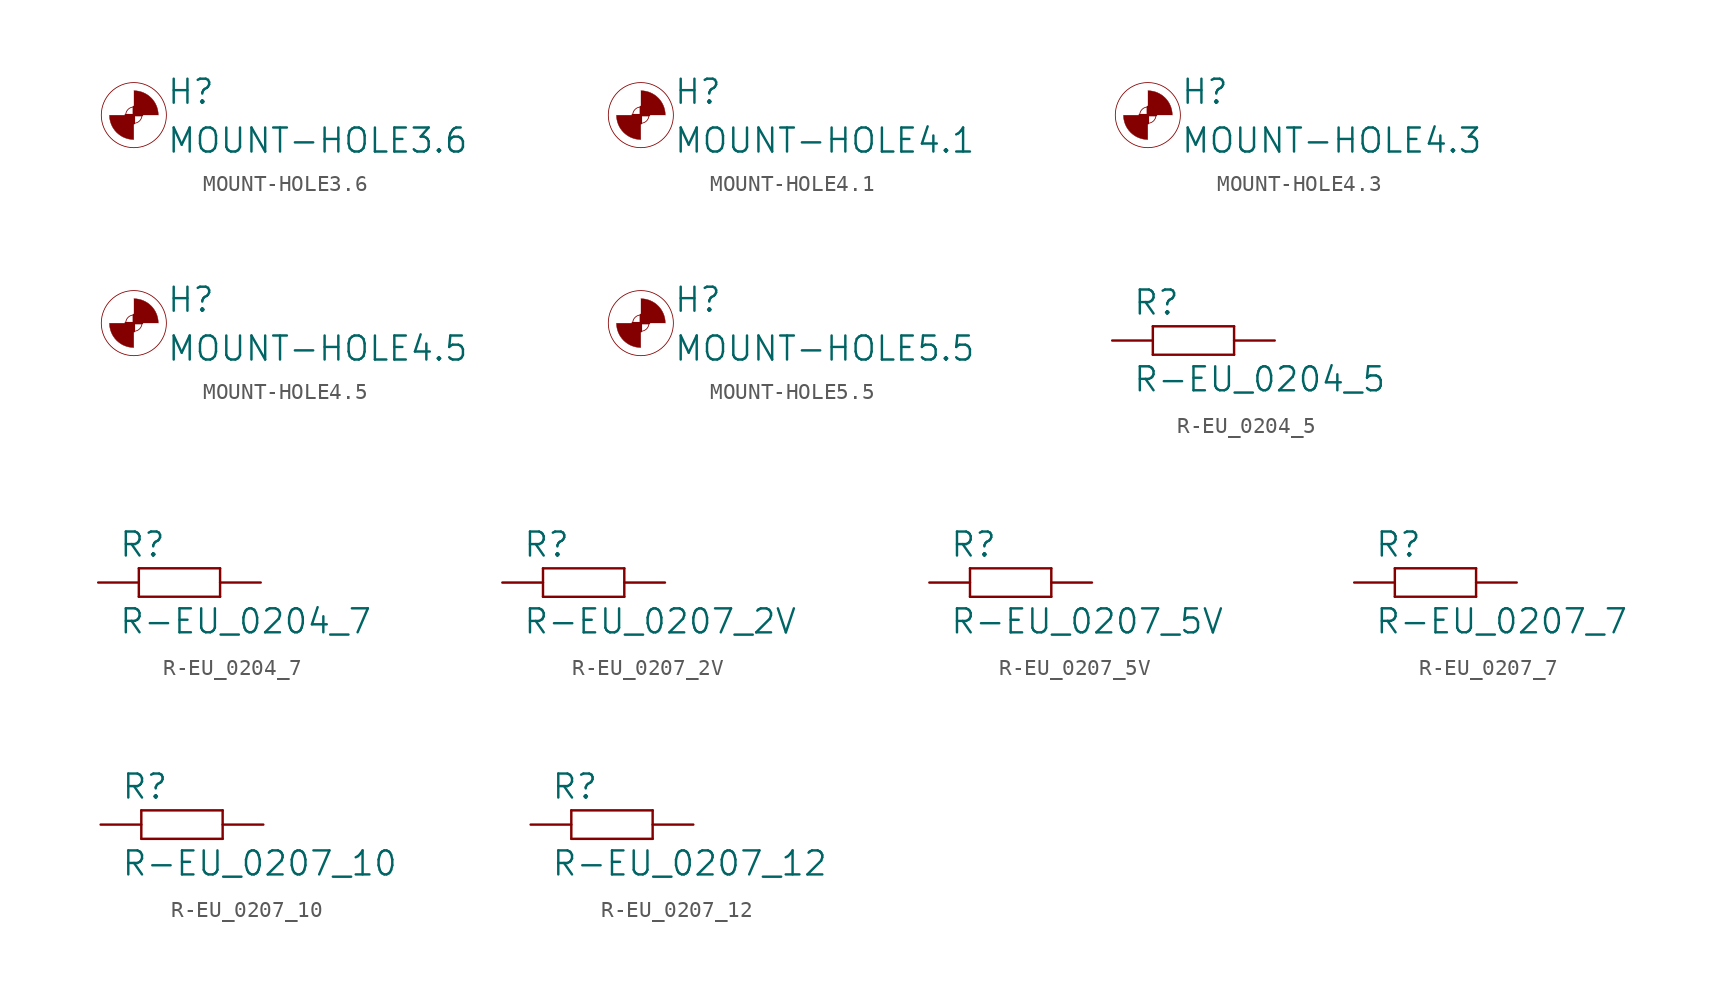
<source format=kicad_sym>
(kicad_symbol_lib
  (version 20211014)
  (generator kicad_symbol_editor)
  (symbol "MOUNT-HOLE3.6"
    (pin_names
      (offset 1.016))
    (property "Reference" "H"
      (at 2.032 0.584 0)
      (effects (font (size 1.499 1.499)) (justify left bottom)))
    (property "Value" "MOUNT-HOLE3.6"
      (at 2.032 -2.464 0)
      (effects (font (size 1.499 1.499)) (justify left bottom)))
    (property "ki_locked" ""
      (at 0 0 0)
      (effects (font (size 1.27 1.27))))
    (symbol "MOUNT-HOLE3.6_1_0"
      (arc (start -1.524 0) (mid -1.0776 -1.0776) (end 0 -1.524) (stroke (width 0.0254) (type default) (color 0 0 0 0)) (fill (type outline)))
      (polyline (pts (xy -0.508 0) (xy 0.508 0)) (stroke (width 0) (type default) (color 0 0 0 0)) (fill (type none)))
      (polyline (pts (xy 0 0.508) (xy 0 -0.508)) (stroke (width 0) (type default) (color 0 0 0 0)) (fill (type none)))
      (circle (center 0 0) (radius 0.508) (stroke (width 0.051) (type default) (color 0 0 0 0)) (fill (type none)))
      (circle (center 0 0) (radius 2.032) (stroke (width 0.051) (type default) (color 0 0 0 0)) (fill (type none)))
      (arc (start 1.524 0) (mid 1.0776 1.0776) (end 0 1.524) (stroke (width 0.0254) (type default) (color 0 0 0 0)) (fill (type outline)))))
  (symbol "MOUNT-HOLE4.1"
    (pin_names
      (offset 1.016))
    (property "Reference" "H"
      (at 2.032 0.584 0)
      (effects (font (size 1.499 1.499)) (justify left bottom)))
    (property "Value" "MOUNT-HOLE4.1"
      (at 2.032 -2.464 0)
      (effects (font (size 1.499 1.499)) (justify left bottom)))
    (property "ki_locked" ""
      (at 0 0 0)
      (effects (font (size 1.27 1.27))))
    (symbol "MOUNT-HOLE4.1_1_0"
      (arc (start -1.524 0) (mid -1.0776 -1.0776) (end 0 -1.524) (stroke (width 0.0254) (type default) (color 0 0 0 0)) (fill (type outline)))
      (polyline (pts (xy -0.508 0) (xy 0.508 0)) (stroke (width 0) (type default) (color 0 0 0 0)) (fill (type none)))
      (polyline (pts (xy 0 0.508) (xy 0 -0.508)) (stroke (width 0) (type default) (color 0 0 0 0)) (fill (type none)))
      (circle (center 0 0) (radius 0.508) (stroke (width 0.051) (type default) (color 0 0 0 0)) (fill (type none)))
      (circle (center 0 0) (radius 2.032) (stroke (width 0.051) (type default) (color 0 0 0 0)) (fill (type none)))
      (arc (start 1.524 0) (mid 1.0776 1.0776) (end 0 1.524) (stroke (width 0.0254) (type default) (color 0 0 0 0)) (fill (type outline)))))
  (symbol "MOUNT-HOLE4.3"
    (pin_names
      (offset 1.016))
    (property "Reference" "H"
      (at 2.032 0.584 0)
      (effects (font (size 1.499 1.499)) (justify left bottom)))
    (property "Value" "MOUNT-HOLE4.3"
      (at 2.032 -2.464 0)
      (effects (font (size 1.499 1.499)) (justify left bottom)))
    (property "ki_locked" ""
      (at 0 0 0)
      (effects (font (size 1.27 1.27))))
    (symbol "MOUNT-HOLE4.3_1_0"
      (arc (start -1.524 0) (mid -1.0776 -1.0776) (end 0 -1.524) (stroke (width 0.0254) (type default) (color 0 0 0 0)) (fill (type outline)))
      (polyline (pts (xy -0.508 0) (xy 0.508 0)) (stroke (width 0) (type default) (color 0 0 0 0)) (fill (type none)))
      (polyline (pts (xy 0 0.508) (xy 0 -0.508)) (stroke (width 0) (type default) (color 0 0 0 0)) (fill (type none)))
      (circle (center 0 0) (radius 0.508) (stroke (width 0.051) (type default) (color 0 0 0 0)) (fill (type none)))
      (circle (center 0 0) (radius 2.032) (stroke (width 0.051) (type default) (color 0 0 0 0)) (fill (type none)))
      (arc (start 1.524 0) (mid 1.0776 1.0776) (end 0 1.524) (stroke (width 0.0254) (type default) (color 0 0 0 0)) (fill (type outline)))))
  (symbol "MOUNT-HOLE4.5"
    (pin_names
      (offset 1.016))
    (property "Reference" "H"
      (at 2.032 0.584 0)
      (effects (font (size 1.499 1.499)) (justify left bottom)))
    (property "Value" "MOUNT-HOLE4.5"
      (at 2.032 -2.464 0)
      (effects (font (size 1.499 1.499)) (justify left bottom)))
    (property "ki_locked" ""
      (at 0 0 0)
      (effects (font (size 1.27 1.27))))
    (symbol "MOUNT-HOLE4.5_1_0"
      (arc (start -1.524 0) (mid -1.0776 -1.0776) (end 0 -1.524) (stroke (width 0.0254) (type default) (color 0 0 0 0)) (fill (type outline)))
      (polyline (pts (xy -0.508 0) (xy 0.508 0)) (stroke (width 0) (type default) (color 0 0 0 0)) (fill (type none)))
      (polyline (pts (xy 0 0.508) (xy 0 -0.508)) (stroke (width 0) (type default) (color 0 0 0 0)) (fill (type none)))
      (circle (center 0 0) (radius 0.508) (stroke (width 0.051) (type default) (color 0 0 0 0)) (fill (type none)))
      (circle (center 0 0) (radius 2.032) (stroke (width 0.051) (type default) (color 0 0 0 0)) (fill (type none)))
      (arc (start 1.524 0) (mid 1.0776 1.0776) (end 0 1.524) (stroke (width 0.0254) (type default) (color 0 0 0 0)) (fill (type outline)))))
  (symbol "MOUNT-HOLE5.5"
    (pin_names
      (offset 1.016))
    (property "Reference" "H"
      (at 2.032 0.584 0)
      (effects (font (size 1.499 1.499)) (justify left bottom)))
    (property "Value" "MOUNT-HOLE5.5"
      (at 2.032 -2.464 0)
      (effects (font (size 1.499 1.499)) (justify left bottom)))
    (property "ki_locked" ""
      (at 0 0 0)
      (effects (font (size 1.27 1.27))))
    (symbol "MOUNT-HOLE5.5_1_0"
      (arc (start -1.524 0) (mid -1.0776 -1.0776) (end 0 -1.524) (stroke (width 0.0254) (type default) (color 0 0 0 0)) (fill (type outline)))
      (polyline (pts (xy -0.508 0) (xy 0.508 0)) (stroke (width 0) (type default) (color 0 0 0 0)) (fill (type none)))
      (polyline (pts (xy 0 0.508) (xy 0 -0.508)) (stroke (width 0) (type default) (color 0 0 0 0)) (fill (type none)))
      (circle (center 0 0) (radius 0.508) (stroke (width 0.051) (type default) (color 0 0 0 0)) (fill (type none)))
      (circle (center 0 0) (radius 2.032) (stroke (width 0.051) (type default) (color 0 0 0 0)) (fill (type none)))
      (arc (start 1.524 0) (mid 1.0776 1.0776) (end 0 1.524) (stroke (width 0.0254) (type default) (color 0 0 0 0)) (fill (type outline)))))
  (symbol "R-EU_0204_5"
    (pin_names
      (offset 1.016))
    (property "Reference" "R"
      (at -3.81 1.499 0)
      (effects (font (size 1.499 1.499)) (justify left bottom)))
    (property "Value" "R-EU_0204_5"
      (at -3.81 -3.302 0)
      (effects (font (size 1.499 1.499)) (justify left bottom)))
    (property "ki_locked" ""
      (at 0 0 0)
      (effects (font (size 1.27 1.27))))
    (symbol "R-EU_0204_5_1_0"
      (polyline (pts (xy -2.54 -0.889) (xy -2.54 0.889)) (stroke (width 0) (type default) (color 0 0 0 0)) (fill (type none)))
      (polyline (pts (xy -2.54 -0.889) (xy 2.54 -0.889)) (stroke (width 0) (type default) (color 0 0 0 0)) (fill (type none)))
      (polyline (pts (xy 2.54 -0.889) (xy 2.54 0.889)) (stroke (width 0) (type default) (color 0 0 0 0)) (fill (type none)))
      (polyline (pts (xy 2.54 0.889) (xy -2.54 0.889)) (stroke (width 0) (type default) (color 0 0 0 0)) (fill (type none)))
      (pin passive line (at -5.08 0 0) (length 2.54) (name "1" (effects (font (size 0 0)))) (number "1" (effects (font (size 0 0)))))
      (pin passive line (at 5.08 0 180) (length 2.54) (name "2" (effects (font (size 0 0)))) (number "2" (effects (font (size 0 0)))))))
  (symbol "R-EU_0204_7"
    (pin_names
      (offset 1.016))
    (property "Reference" "R"
      (at -3.81 1.499 0)
      (effects (font (size 1.499 1.499)) (justify left bottom)))
    (property "Value" "R-EU_0204_7"
      (at -3.81 -3.302 0)
      (effects (font (size 1.499 1.499)) (justify left bottom)))
    (property "ki_locked" ""
      (at 0 0 0)
      (effects (font (size 1.27 1.27))))
    (symbol "R-EU_0204_7_1_0"
      (polyline (pts (xy -2.54 -0.889) (xy -2.54 0.889)) (stroke (width 0) (type default) (color 0 0 0 0)) (fill (type none)))
      (polyline (pts (xy -2.54 -0.889) (xy 2.54 -0.889)) (stroke (width 0) (type default) (color 0 0 0 0)) (fill (type none)))
      (polyline (pts (xy 2.54 -0.889) (xy 2.54 0.889)) (stroke (width 0) (type default) (color 0 0 0 0)) (fill (type none)))
      (polyline (pts (xy 2.54 0.889) (xy -2.54 0.889)) (stroke (width 0) (type default) (color 0 0 0 0)) (fill (type none)))
      (pin passive line (at -5.08 0 0) (length 2.54) (name "1" (effects (font (size 0 0)))) (number "1" (effects (font (size 0 0)))))
      (pin passive line (at 5.08 0 180) (length 2.54) (name "2" (effects (font (size 0 0)))) (number "2" (effects (font (size 0 0)))))))
  (symbol "R-EU_0207_2V"
    (pin_names
      (offset 1.016))
    (property "Reference" "R"
      (at -3.81 1.499 0)
      (effects (font (size 1.499 1.499)) (justify left bottom)))
    (property "Value" "R-EU_0207_2V"
      (at -3.81 -3.302 0)
      (effects (font (size 1.499 1.499)) (justify left bottom)))
    (property "ki_locked" ""
      (at 0 0 0)
      (effects (font (size 1.27 1.27))))
    (symbol "R-EU_0207_2V_1_0"
      (polyline (pts (xy -2.54 -0.889) (xy -2.54 0.889)) (stroke (width 0) (type default) (color 0 0 0 0)) (fill (type none)))
      (polyline (pts (xy -2.54 -0.889) (xy 2.54 -0.889)) (stroke (width 0) (type default) (color 0 0 0 0)) (fill (type none)))
      (polyline (pts (xy 2.54 -0.889) (xy 2.54 0.889)) (stroke (width 0) (type default) (color 0 0 0 0)) (fill (type none)))
      (polyline (pts (xy 2.54 0.889) (xy -2.54 0.889)) (stroke (width 0) (type default) (color 0 0 0 0)) (fill (type none)))
      (pin passive line (at -5.08 0 0) (length 2.54) (name "1" (effects (font (size 0 0)))) (number "1" (effects (font (size 0 0)))))
      (pin passive line (at 5.08 0 180) (length 2.54) (name "2" (effects (font (size 0 0)))) (number "2" (effects (font (size 0 0)))))))
  (symbol "R-EU_0207_5V"
    (pin_names
      (offset 1.016))
    (property "Reference" "R"
      (at -3.81 1.499 0)
      (effects (font (size 1.499 1.499)) (justify left bottom)))
    (property "Value" "R-EU_0207_5V"
      (at -3.81 -3.302 0)
      (effects (font (size 1.499 1.499)) (justify left bottom)))
    (property "ki_locked" ""
      (at 0 0 0)
      (effects (font (size 1.27 1.27))))
    (symbol "R-EU_0207_5V_1_0"
      (polyline (pts (xy -2.54 -0.889) (xy -2.54 0.889)) (stroke (width 0) (type default) (color 0 0 0 0)) (fill (type none)))
      (polyline (pts (xy -2.54 -0.889) (xy 2.54 -0.889)) (stroke (width 0) (type default) (color 0 0 0 0)) (fill (type none)))
      (polyline (pts (xy 2.54 -0.889) (xy 2.54 0.889)) (stroke (width 0) (type default) (color 0 0 0 0)) (fill (type none)))
      (polyline (pts (xy 2.54 0.889) (xy -2.54 0.889)) (stroke (width 0) (type default) (color 0 0 0 0)) (fill (type none)))
      (pin passive line (at -5.08 0 0) (length 2.54) (name "1" (effects (font (size 0 0)))) (number "1" (effects (font (size 0 0)))))
      (pin passive line (at 5.08 0 180) (length 2.54) (name "2" (effects (font (size 0 0)))) (number "2" (effects (font (size 0 0)))))))
  (symbol "R-EU_0207_7"
    (pin_names
      (offset 1.016))
    (property "Reference" "R"
      (at -3.81 1.499 0)
      (effects (font (size 1.499 1.499)) (justify left bottom)))
    (property "Value" "R-EU_0207_7"
      (at -3.81 -3.302 0)
      (effects (font (size 1.499 1.499)) (justify left bottom)))
    (property "ki_locked" ""
      (at 0 0 0)
      (effects (font (size 1.27 1.27))))
    (symbol "R-EU_0207_7_1_0"
      (polyline (pts (xy -2.54 -0.889) (xy -2.54 0.889)) (stroke (width 0) (type default) (color 0 0 0 0)) (fill (type none)))
      (polyline (pts (xy -2.54 -0.889) (xy 2.54 -0.889)) (stroke (width 0) (type default) (color 0 0 0 0)) (fill (type none)))
      (polyline (pts (xy 2.54 -0.889) (xy 2.54 0.889)) (stroke (width 0) (type default) (color 0 0 0 0)) (fill (type none)))
      (polyline (pts (xy 2.54 0.889) (xy -2.54 0.889)) (stroke (width 0) (type default) (color 0 0 0 0)) (fill (type none)))
      (pin passive line (at -5.08 0 0) (length 2.54) (name "1" (effects (font (size 0 0)))) (number "1" (effects (font (size 0 0)))))
      (pin passive line (at 5.08 0 180) (length 2.54) (name "2" (effects (font (size 0 0)))) (number "2" (effects (font (size 0 0)))))))
  (symbol "R-EU_0207_10"
    (pin_names
      (offset 1.016))
    (property "Reference" "R"
      (at -3.81 1.499 0)
      (effects (font (size 1.499 1.499)) (justify left bottom)))
    (property "Value" "R-EU_0207_10"
      (at -3.81 -3.302 0)
      (effects (font (size 1.499 1.499)) (justify left bottom)))
    (property "ki_locked" ""
      (at 0 0 0)
      (effects (font (size 1.27 1.27))))
    (symbol "R-EU_0207_10_1_0"
      (polyline (pts (xy -2.54 -0.889) (xy -2.54 0.889)) (stroke (width 0) (type default) (color 0 0 0 0)) (fill (type none)))
      (polyline (pts (xy -2.54 -0.889) (xy 2.54 -0.889)) (stroke (width 0) (type default) (color 0 0 0 0)) (fill (type none)))
      (polyline (pts (xy 2.54 -0.889) (xy 2.54 0.889)) (stroke (width 0) (type default) (color 0 0 0 0)) (fill (type none)))
      (polyline (pts (xy 2.54 0.889) (xy -2.54 0.889)) (stroke (width 0) (type default) (color 0 0 0 0)) (fill (type none)))
      (pin passive line (at -5.08 0 0) (length 2.54) (name "1" (effects (font (size 0 0)))) (number "1" (effects (font (size 0 0)))))
      (pin passive line (at 5.08 0 180) (length 2.54) (name "2" (effects (font (size 0 0)))) (number "2" (effects (font (size 0 0)))))))
  (symbol "R-EU_0207_12"
    (pin_names
      (offset 1.016))
    (property "Reference" "R"
      (at -3.81 1.499 0)
      (effects (font (size 1.499 1.499)) (justify left bottom)))
    (property "Value" "R-EU_0207_12"
      (at -3.81 -3.302 0)
      (effects (font (size 1.499 1.499)) (justify left bottom)))
    (property "ki_locked" ""
      (at 0 0 0)
      (effects (font (size 1.27 1.27))))
    (symbol "R-EU_0207_12_1_0"
      (polyline (pts (xy -2.54 -0.889) (xy -2.54 0.889)) (stroke (width 0) (type default) (color 0 0 0 0)) (fill (type none)))
      (polyline (pts (xy -2.54 -0.889) (xy 2.54 -0.889)) (stroke (width 0) (type default) (color 0 0 0 0)) (fill (type none)))
      (polyline (pts (xy 2.54 -0.889) (xy 2.54 0.889)) (stroke (width 0) (type default) (color 0 0 0 0)) (fill (type none)))
      (polyline (pts (xy 2.54 0.889) (xy -2.54 0.889)) (stroke (width 0) (type default) (color 0 0 0 0)) (fill (type none)))
      (pin passive line (at -5.08 0 0) (length 2.54) (name "1" (effects (font (size 0 0)))) (number "1" (effects (font (size 0 0)))))
      (pin passive line (at 5.08 0 180) (length 2.54) (name "2" (effects (font (size 0 0)))) (number "2" (effects (font (size 0 0))))))))
</source>
